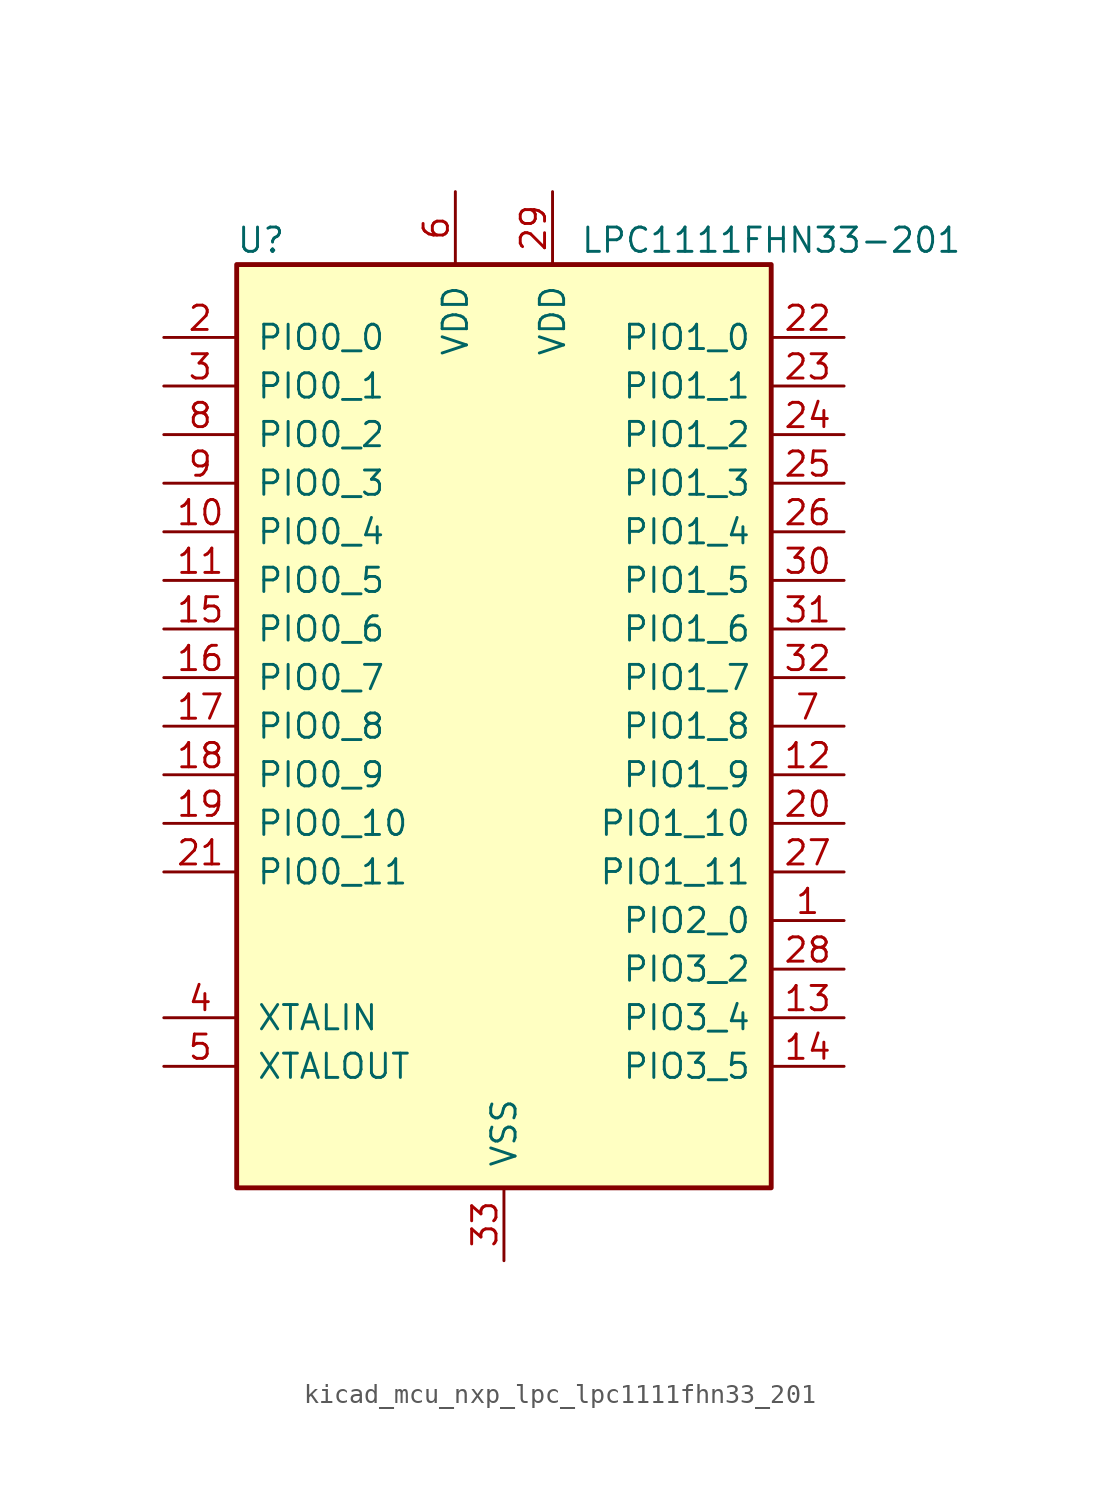
<source format=kicad_sym>
(kicad_symbol_lib
  (version 20220914)
  (generator kicad_symbol_editor)
  (symbol "kicad_mcu_nxp_lpc_lpc1111fhn33_201"
    (pin_names
      (offset 1.016))
    (property "Reference" "U"
      (at -12.7 25.4 0)
      (effects (font (size 1.27 1.27))))
    (property "Value" "LPC1111FHN33-201"
      (at 13.97 25.4 0)
      (effects (font (size 1.27 1.27))))
    (symbol "kicad_mcu_nxp_lpc_lpc1111fhn33_201_0_1"
      (rectangle (start -13.97 24.13) (end 13.97 -24.13) (stroke (width 0.254) (type default)) (fill (type background))))
    (symbol "kicad_mcu_nxp_lpc_lpc1111fhn33_201_1_1"
      (pin bidirectional line (at 17.78 -10.16 180) (length 3.81) (name "PIO2_0" (effects (font (size 1.27 1.27)))) (number "1" (effects (font (size 1.27 1.27)))))
      (pin bidirectional line (at -17.78 10.16 0) (length 3.81) (name "PIO0_4" (effects (font (size 1.27 1.27)))) (number "10" (effects (font (size 1.27 1.27)))))
      (pin bidirectional line (at -17.78 7.62 0) (length 3.81) (name "PIO0_5" (effects (font (size 1.27 1.27)))) (number "11" (effects (font (size 1.27 1.27)))))
      (pin bidirectional line (at 17.78 -2.54 180) (length 3.81) (name "PIO1_9" (effects (font (size 1.27 1.27)))) (number "12" (effects (font (size 1.27 1.27)))))
      (pin bidirectional line (at 17.78 -15.24 180) (length 3.81) (name "PIO3_4" (effects (font (size 1.27 1.27)))) (number "13" (effects (font (size 1.27 1.27)))))
      (pin bidirectional line (at 17.78 -17.78 180) (length 3.81) (name "PIO3_5" (effects (font (size 1.27 1.27)))) (number "14" (effects (font (size 1.27 1.27)))))
      (pin bidirectional line (at -17.78 5.08 0) (length 3.81) (name "PIO0_6" (effects (font (size 1.27 1.27)))) (number "15" (effects (font (size 1.27 1.27)))))
      (pin bidirectional line (at -17.78 2.54 0) (length 3.81) (name "PIO0_7" (effects (font (size 1.27 1.27)))) (number "16" (effects (font (size 1.27 1.27)))))
      (pin bidirectional line (at -17.78 0 0) (length 3.81) (name "PIO0_8" (effects (font (size 1.27 1.27)))) (number "17" (effects (font (size 1.27 1.27)))))
      (pin bidirectional line (at -17.78 -2.54 0) (length 3.81) (name "PIO0_9" (effects (font (size 1.27 1.27)))) (number "18" (effects (font (size 1.27 1.27)))))
      (pin bidirectional line (at -17.78 -5.08 0) (length 3.81) (name "PIO0_10" (effects (font (size 1.27 1.27)))) (number "19" (effects (font (size 1.27 1.27)))))
      (pin bidirectional line (at -17.78 20.32 0) (length 3.81) (name "PIO0_0" (effects (font (size 1.27 1.27)))) (number "2" (effects (font (size 1.27 1.27)))))
      (pin bidirectional line (at 17.78 -5.08 180) (length 3.81) (name "PIO1_10" (effects (font (size 1.27 1.27)))) (number "20" (effects (font (size 1.27 1.27)))))
      (pin bidirectional line (at -17.78 -7.62 0) (length 3.81) (name "PIO0_11" (effects (font (size 1.27 1.27)))) (number "21" (effects (font (size 1.27 1.27)))))
      (pin bidirectional line (at 17.78 20.32 180) (length 3.81) (name "PIO1_0" (effects (font (size 1.27 1.27)))) (number "22" (effects (font (size 1.27 1.27)))))
      (pin bidirectional line (at 17.78 17.78 180) (length 3.81) (name "PIO1_1" (effects (font (size 1.27 1.27)))) (number "23" (effects (font (size 1.27 1.27)))))
      (pin bidirectional line (at 17.78 15.24 180) (length 3.81) (name "PIO1_2" (effects (font (size 1.27 1.27)))) (number "24" (effects (font (size 1.27 1.27)))))
      (pin bidirectional line (at 17.78 12.7 180) (length 3.81) (name "PIO1_3" (effects (font (size 1.27 1.27)))) (number "25" (effects (font (size 1.27 1.27)))))
      (pin bidirectional line (at 17.78 10.16 180) (length 3.81) (name "PIO1_4" (effects (font (size 1.27 1.27)))) (number "26" (effects (font (size 1.27 1.27)))))
      (pin bidirectional line (at 17.78 -7.62 180) (length 3.81) (name "PIO1_11" (effects (font (size 1.27 1.27)))) (number "27" (effects (font (size 1.27 1.27)))))
      (pin bidirectional line (at 17.78 -12.7 180) (length 3.81) (name "PIO3_2" (effects (font (size 1.27 1.27)))) (number "28" (effects (font (size 1.27 1.27)))))
      (pin power_in line (at 2.54 27.94 270) (length 3.81) (name "VDD" (effects (font (size 1.27 1.27)))) (number "29" (effects (font (size 1.27 1.27)))))
      (pin bidirectional line (at -17.78 17.78 0) (length 3.81) (name "PIO0_1" (effects (font (size 1.27 1.27)))) (number "3" (effects (font (size 1.27 1.27)))))
      (pin bidirectional line (at 17.78 7.62 180) (length 3.81) (name "PIO1_5" (effects (font (size 1.27 1.27)))) (number "30" (effects (font (size 1.27 1.27)))))
      (pin bidirectional line (at 17.78 5.08 180) (length 3.81) (name "PIO1_6" (effects (font (size 1.27 1.27)))) (number "31" (effects (font (size 1.27 1.27)))))
      (pin bidirectional line (at 17.78 2.54 180) (length 3.81) (name "PIO1_7" (effects (font (size 1.27 1.27)))) (number "32" (effects (font (size 1.27 1.27)))))
      (pin power_in line (at 0 -27.94 90) (length 3.81) (name "VSS" (effects (font (size 1.27 1.27)))) (number "33" (effects (font (size 1.27 1.27)))))
      (pin input line (at -17.78 -15.24 0) (length 3.81) (name "XTALIN" (effects (font (size 1.27 1.27)))) (number "4" (effects (font (size 1.27 1.27)))))
      (pin output line (at -17.78 -17.78 0) (length 3.81) (name "XTALOUT" (effects (font (size 1.27 1.27)))) (number "5" (effects (font (size 1.27 1.27)))))
      (pin power_in line (at -2.54 27.94 270) (length 3.81) (name "VDD" (effects (font (size 1.27 1.27)))) (number "6" (effects (font (size 1.27 1.27)))))
      (pin bidirectional line (at 17.78 0 180) (length 3.81) (name "PIO1_8" (effects (font (size 1.27 1.27)))) (number "7" (effects (font (size 1.27 1.27)))))
      (pin bidirectional line (at -17.78 15.24 0) (length 3.81) (name "PIO0_2" (effects (font (size 1.27 1.27)))) (number "8" (effects (font (size 1.27 1.27)))))
      (pin bidirectional line (at -17.78 12.7 0) (length 3.81) (name "PIO0_3" (effects (font (size 1.27 1.27)))) (number "9" (effects (font (size 1.27 1.27))))))))
</source>
